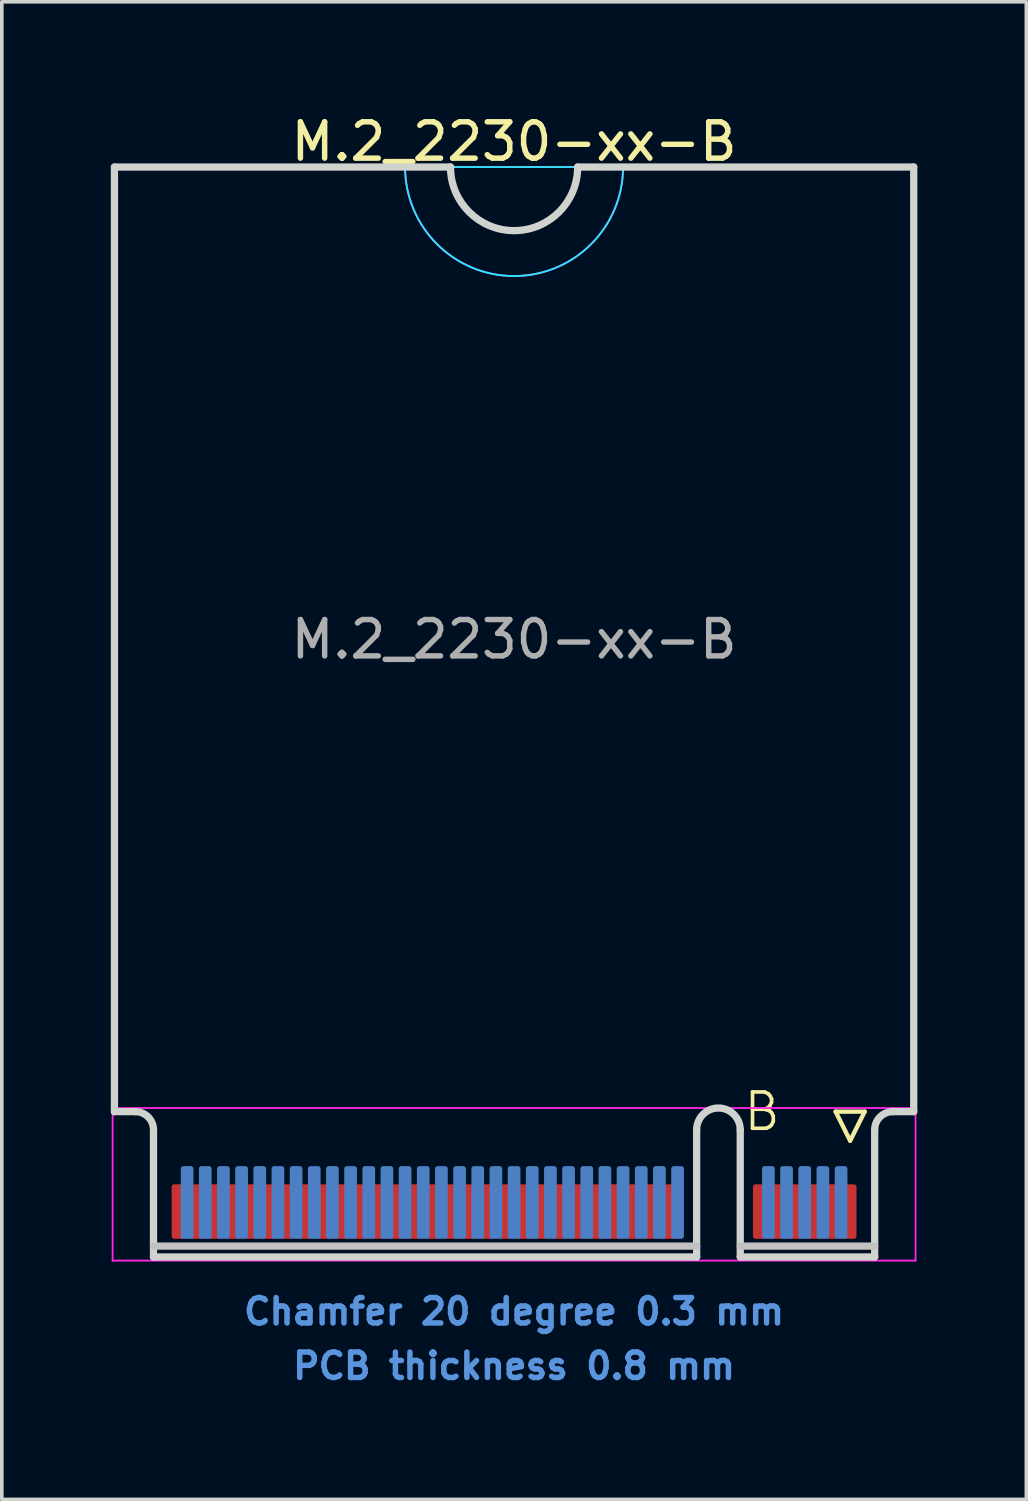
<source format=kicad_pcb>
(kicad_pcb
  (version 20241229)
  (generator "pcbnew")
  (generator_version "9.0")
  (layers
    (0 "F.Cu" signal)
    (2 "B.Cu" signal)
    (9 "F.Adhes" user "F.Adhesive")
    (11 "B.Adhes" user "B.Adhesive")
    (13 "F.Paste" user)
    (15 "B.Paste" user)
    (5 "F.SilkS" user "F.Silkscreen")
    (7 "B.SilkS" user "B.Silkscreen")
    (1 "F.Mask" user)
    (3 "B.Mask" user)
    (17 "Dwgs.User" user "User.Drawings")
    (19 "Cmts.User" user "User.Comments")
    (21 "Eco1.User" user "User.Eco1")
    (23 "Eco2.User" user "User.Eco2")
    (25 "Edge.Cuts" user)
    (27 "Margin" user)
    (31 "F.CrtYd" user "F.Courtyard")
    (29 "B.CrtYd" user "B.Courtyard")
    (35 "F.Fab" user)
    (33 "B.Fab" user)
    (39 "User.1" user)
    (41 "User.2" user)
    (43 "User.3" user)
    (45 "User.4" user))
  (footprint "M.2_2230-xx-B"
    (layer "F.Cu")
    (at 11.1 27.548)
    (property "Reference" "M.2_2230-xx-B" (at 0 -26.7 0) (layer "F.SilkS") (effects (font (size 1 1) (thickness 0.15))))
    (attr exclude_from_pos_files exclude_from_bom)
    (fp_line (start 8.85 0) (end 9.65 0) (stroke (width 0.12) (type solid)) (layer "F.SilkS"))
    (fp_line (start 9.25 0.8) (end 8.85 0) (stroke (width 0.12) (type solid)) (layer "F.SilkS"))
    (fp_line (start 9.65 0) (end 9.25 0.8) (stroke (width 0.12) (type solid)) (layer "F.SilkS"))
    (fp_line (start -9.925 3.7) (end 5.025 3.7) (stroke (width 0.2) (type solid)) (layer "Dwgs.User"))
    (fp_line (start 9.925 3.7) (end 6.225 3.7) (stroke (width 0.2) (type solid)) (layer "Dwgs.User"))
    (fp_line (start -11 -26) (end -11 0) (stroke (width 0.2) (type solid)) (layer "Edge.Cuts"))
    (fp_line (start -11 0) (end -10.425 0) (stroke (width 0.2) (type solid)) (layer "Edge.Cuts"))
    (fp_line (start -9.925 0.5) (end -9.925 4) (stroke (width 0.2) (type solid)) (layer "Edge.Cuts"))
    (fp_line (start -9.925 4) (end 5.025 4) (stroke (width 0.2) (type solid)) (layer "Edge.Cuts"))
    (fp_line (start -1.75 -26) (end -11 -26) (stroke (width 0.2) (type solid)) (layer "Edge.Cuts"))
    (fp_line (start 5.025 4) (end 5.025 0.5) (stroke (width 0.2) (type solid)) (layer "Edge.Cuts"))
    (fp_line (start 6.225 0.5) (end 6.225 4) (stroke (width 0.2) (type solid)) (layer "Edge.Cuts"))
    (fp_line (start 6.225 4) (end 9.925 4) (stroke (width 0.2) (type solid)) (layer "Edge.Cuts"))
    (fp_line (start 9.925 4) (end 9.925 0.5) (stroke (width 0.2) (type solid)) (layer "Edge.Cuts"))
    (fp_line (start 10.425 0) (end 11 0) (stroke (width 0.2) (type solid)) (layer "Edge.Cuts"))
    (fp_line (start 11 -26) (end 1.75 -26) (stroke (width 0.2) (type solid)) (layer "Edge.Cuts"))
    (fp_line (start 11 0) (end 11 -26) (stroke (width 0.2) (type solid)) (layer "Edge.Cuts"))
    (fp_arc (start -10.425 0) (mid -10.071447 0.146447) (end -9.925 0.5) (stroke (width 0.2) (type solid)) (layer "Edge.Cuts"))
    (fp_arc (start 1.75 -26) (mid 0 -24.25) (end -1.75 -26) (stroke (width 0.2) (type solid)) (layer "Edge.Cuts"))
    (fp_arc (start 5.025 0.5) (mid 5.625 -0.1) (end 6.225 0.5) (stroke (width 0.2) (type solid)) (layer "Edge.Cuts"))
    (fp_arc (start 9.925 0.5) (mid 10.071447 0.146447) (end 10.425 0) (stroke (width 0.2) (type solid)) (layer "Edge.Cuts"))
    (fp_line (start -3 -26) (end 3 -26) (stroke (width 0.05) (type solid)) (layer "B.CrtYd"))
    (fp_arc (start 3 -26) (mid 0 -23) (end -3 -26) (stroke (width 0.05) (type solid)) (layer "B.CrtYd"))
    (fp_line (start -11.05 -0.1) (end -11.05 4.1) (stroke (width 0.05) (type solid)) (layer "F.CrtYd"))
    (fp_line (start -11.05 4.1) (end 11.05 4.1) (stroke (width 0.05) (type solid)) (layer "F.CrtYd"))
    (fp_line (start -3 -26) (end 3 -26) (stroke (width 0.05) (type solid)) (layer "F.CrtYd"))
    (fp_line (start 11.05 -0.1) (end -11.05 -0.1) (stroke (width 0.05) (type solid)) (layer "F.CrtYd"))
    (fp_line (start 11.05 4.1) (end 11.05 -0.1) (stroke (width 0.05) (type solid)) (layer "F.CrtYd"))
    (fp_arc (start 3 -26) (mid 0 -23) (end -3 -26) (stroke (width 0.05) (type solid)) (layer "F.CrtYd"))
    (fp_text user "B" (at 6.825 0 0) (layer "F.SilkS") (effects (font (size 1 1) (thickness 0.1))))
    (fp_text user "Chamfer 20 degree 0.3 mm" (at 0 5.5 0) (layer "Cmts.User") (effects (font (size 0.7 0.7) (thickness 0.15))))
    (fp_text user "PCB thickness 0.8 mm" (at 0 7 0) (layer "Cmts.User") (effects (font (size 0.7 0.7) (thickness 0.15))))
    (fp_text user "${REFERENCE}" (at 0 -13 0) (layer "F.Fab") (effects (font (size 1 1) (thickness 0.15))))
    (pad "1" connect roundrect (at 9.25 2.75) (size 0.35 1.5) (layers "F.Cu" "F.Mask") (roundrect_rratio 0.2))
    (pad "2" connect roundrect (at 9 2.5) (size 0.35 2) (layers "B.Cu" "B.Mask") (roundrect_rratio 0.2))
    (pad "3" connect roundrect (at 8.75 2.75) (size 0.35 1.5) (layers "F.Cu" "F.Mask") (roundrect_rratio 0.2))
    (pad "4" connect roundrect (at 8.5 2.5) (size 0.35 2) (layers "B.Cu" "B.Mask") (roundrect_rratio 0.2))
    (pad "5" connect roundrect (at 8.25 2.75) (size 0.35 1.5) (layers "F.Cu" "F.Mask") (roundrect_rratio 0.2))
    (pad "6" connect roundrect (at 8 2.5) (size 0.35 2) (layers "B.Cu" "B.Mask") (roundrect_rratio 0.2))
    (pad "7" connect roundrect (at 7.75 2.75) (size 0.35 1.5) (layers "F.Cu" "F.Mask") (roundrect_rratio 0.2))
    (pad "8" connect roundrect (at 7.5 2.5) (size 0.35 2) (layers "B.Cu" "B.Mask") (roundrect_rratio 0.2))
    (pad "9" connect roundrect (at 7.25 2.75) (size 0.35 1.5) (layers "F.Cu" "F.Mask") (roundrect_rratio 0.2))
    (pad "10" connect roundrect (at 7 2.5) (size 0.35 2) (layers "B.Cu" "B.Mask") (roundrect_rratio 0.2))
    (pad "11" connect roundrect (at 6.75 2.75) (size 0.35 1.5) (layers "F.Cu" "F.Mask") (roundrect_rratio 0.2))
    (pad "20" connect roundrect (at 4.5 2.5) (size 0.35 2) (layers "B.Cu" "B.Mask") (roundrect_rratio 0.2))
    (pad "21" connect roundrect (at 4.25 2.75) (size 0.35 1.5) (layers "F.Cu" "F.Mask") (roundrect_rratio 0.2))
    (pad "22" connect roundrect (at 4 2.5) (size 0.35 2) (layers "B.Cu" "B.Mask") (roundrect_rratio 0.2))
    (pad "23" connect roundrect (at 3.75 2.75) (size 0.35 1.5) (layers "F.Cu" "F.Mask") (roundrect_rratio 0.2))
    (pad "24" connect roundrect (at 3.5 2.5) (size 0.35 2) (layers "B.Cu" "B.Mask") (roundrect_rratio 0.2))
    (pad "25" connect roundrect (at 3.25 2.75) (size 0.35 1.5) (layers "F.Cu" "F.Mask") (roundrect_rratio 0.2))
    (pad "26" connect roundrect (at 3 2.5) (size 0.35 2) (layers "B.Cu" "B.Mask") (roundrect_rratio 0.2))
    (pad "27" connect roundrect (at 2.75 2.75) (size 0.35 1.5) (layers "F.Cu" "F.Mask") (roundrect_rratio 0.2))
    (pad "28" connect roundrect (at 2.5 2.5) (size 0.35 2) (layers "B.Cu" "B.Mask") (roundrect_rratio 0.2))
    (pad "29" connect roundrect (at 2.25 2.75) (size 0.35 1.5) (layers "F.Cu" "F.Mask") (roundrect_rratio 0.2))
    (pad "30" connect roundrect (at 2 2.5) (size 0.35 2) (layers "B.Cu" "B.Mask") (roundrect_rratio 0.2))
    (pad "31" connect roundrect (at 1.75 2.75) (size 0.35 1.5) (layers "F.Cu" "F.Mask") (roundrect_rratio 0.2))
    (pad "32" connect roundrect (at 1.5 2.5) (size 0.35 2) (layers "B.Cu" "B.Mask") (roundrect_rratio 0.2))
    (pad "33" connect roundrect (at 1.25 2.75) (size 0.35 1.5) (layers "F.Cu" "F.Mask") (roundrect_rratio 0.2))
    (pad "34" connect roundrect (at 1 2.5) (size 0.35 2) (layers "B.Cu" "B.Mask") (roundrect_rratio 0.2))
    (pad "35" connect roundrect (at 0.75 2.75) (size 0.35 1.5) (layers "F.Cu" "F.Mask") (roundrect_rratio 0.2))
    (pad "36" connect roundrect (at 0.5 2.5) (size 0.35 2) (layers "B.Cu" "B.Mask") (roundrect_rratio 0.2))
    (pad "37" connect roundrect (at 0.25 2.75) (size 0.35 1.5) (layers "F.Cu" "F.Mask") (roundrect_rratio 0.2))
    (pad "38" connect roundrect (at 0 2.5) (size 0.35 2) (layers "B.Cu" "B.Mask") (roundrect_rratio 0.2))
    (pad "39" connect roundrect (at -0.25 2.75) (size 0.35 1.5) (layers "F.Cu" "F.Mask") (roundrect_rratio 0.2))
    (pad "40" connect roundrect (at -0.5 2.5) (size 0.35 2) (layers "B.Cu" "B.Mask") (roundrect_rratio 0.2))
    (pad "41" connect roundrect (at -0.75 2.75) (size 0.35 1.5) (layers "F.Cu" "F.Mask") (roundrect_rratio 0.2))
    (pad "42" connect roundrect (at -1 2.5) (size 0.35 2) (layers "B.Cu" "B.Mask") (roundrect_rratio 0.2))
    (pad "43" connect roundrect (at -1.25 2.75) (size 0.35 1.5) (layers "F.Cu" "F.Mask") (roundrect_rratio 0.2))
    (pad "44" connect roundrect (at -1.5 2.5) (size 0.35 2) (layers "B.Cu" "B.Mask") (roundrect_rratio 0.2))
    (pad "45" connect roundrect (at -1.75 2.75) (size 0.35 1.5) (layers "F.Cu" "F.Mask") (roundrect_rratio 0.2))
    (pad "46" connect roundrect (at -2 2.5) (size 0.35 2) (layers "B.Cu" "B.Mask") (roundrect_rratio 0.2))
    (pad "47" connect roundrect (at -2.25 2.75) (size 0.35 1.5) (layers "F.Cu" "F.Mask") (roundrect_rratio 0.2))
    (pad "48" connect roundrect (at -2.5 2.5) (size 0.35 2) (layers "B.Cu" "B.Mask") (roundrect_rratio 0.2))
    (pad "49" connect roundrect (at -2.75 2.75) (size 0.35 1.5) (layers "F.Cu" "F.Mask") (roundrect_rratio 0.2))
    (pad "50" connect roundrect (at -3 2.5) (size 0.35 2) (layers "B.Cu" "B.Mask") (roundrect_rratio 0.2))
    (pad "51" connect roundrect (at -3.25 2.75) (size 0.35 1.5) (layers "F.Cu" "F.Mask") (roundrect_rratio 0.2))
    (pad "52" connect roundrect (at -3.5 2.5) (size 0.35 2) (layers "B.Cu" "B.Mask") (roundrect_rratio 0.2))
    (pad "53" connect roundrect (at -3.75 2.75) (size 0.35 1.5) (layers "F.Cu" "F.Mask") (roundrect_rratio 0.2))
    (pad "54" connect roundrect (at -4 2.5) (size 0.35 2) (layers "B.Cu" "B.Mask") (roundrect_rratio 0.2))
    (pad "55" connect roundrect (at -4.25 2.75) (size 0.35 1.5) (layers "F.Cu" "F.Mask") (roundrect_rratio 0.2))
    (pad "56" connect roundrect (at -4.5 2.5) (size 0.35 2) (layers "B.Cu" "B.Mask") (roundrect_rratio 0.2))
    (pad "57" connect roundrect (at -4.75 2.75) (size 0.35 1.5) (layers "F.Cu" "F.Mask") (roundrect_rratio 0.2))
    (pad "58" connect roundrect (at -5 2.5) (size 0.35 2) (layers "B.Cu" "B.Mask") (roundrect_rratio 0.2))
    (pad "59" connect roundrect (at -5.25 2.75) (size 0.35 1.5) (layers "F.Cu" "F.Mask") (roundrect_rratio 0.2))
    (pad "60" connect roundrect (at -5.5 2.5) (size 0.35 2) (layers "B.Cu" "B.Mask") (roundrect_rratio 0.2))
    (pad "61" connect roundrect (at -5.75 2.75) (size 0.35 1.5) (layers "F.Cu" "F.Mask") (roundrect_rratio 0.2))
    (pad "62" connect roundrect (at -6 2.5) (size 0.35 2) (layers "B.Cu" "B.Mask") (roundrect_rratio 0.2))
    (pad "63" connect roundrect (at -6.25 2.75) (size 0.35 1.5) (layers "F.Cu" "F.Mask") (roundrect_rratio 0.2))
    (pad "64" connect roundrect (at -6.5 2.5) (size 0.35 2) (layers "B.Cu" "B.Mask") (roundrect_rratio 0.2))
    (pad "65" connect roundrect (at -6.75 2.75) (size 0.35 1.5) (layers "F.Cu" "F.Mask") (roundrect_rratio 0.2))
    (pad "66" connect roundrect (at -7 2.5) (size 0.35 2) (layers "B.Cu" "B.Mask") (roundrect_rratio 0.2))
    (pad "67" connect roundrect (at -7.25 2.75) (size 0.35 1.5) (layers "F.Cu" "F.Mask") (roundrect_rratio 0.2))
    (pad "68" connect roundrect (at -7.5 2.5) (size 0.35 2) (layers "B.Cu" "B.Mask") (roundrect_rratio 0.2))
    (pad "69" connect roundrect (at -7.75 2.75) (size 0.35 1.5) (layers "F.Cu" "F.Mask") (roundrect_rratio 0.2))
    (pad "70" connect roundrect (at -8 2.5) (size 0.35 2) (layers "B.Cu" "B.Mask") (roundrect_rratio 0.2))
    (pad "71" connect roundrect (at -8.25 2.75) (size 0.35 1.5) (layers "F.Cu" "F.Mask") (roundrect_rratio 0.2))
    (pad "72" connect roundrect (at -8.5 2.5) (size 0.35 2) (layers "B.Cu" "B.Mask") (roundrect_rratio 0.2))
    (pad "73" connect roundrect (at -8.75 2.75) (size 0.35 1.5) (layers "F.Cu" "F.Mask") (roundrect_rratio 0.2))
    (pad "74" connect roundrect (at -9 2.5) (size 0.35 2) (layers "B.Cu" "B.Mask") (roundrect_rratio 0.2))
    (pad "75" connect roundrect (at -9.25 2.75) (size 0.35 1.5) (layers "F.Cu" "F.Mask") (roundrect_rratio 0.2)))
  (gr_rect
    (start -3 -3)
    (end 25.2 38.221)
    (stroke (width 0.1) (type default))
    (fill no)
    (layer "Edge.Cuts")))
</source>
